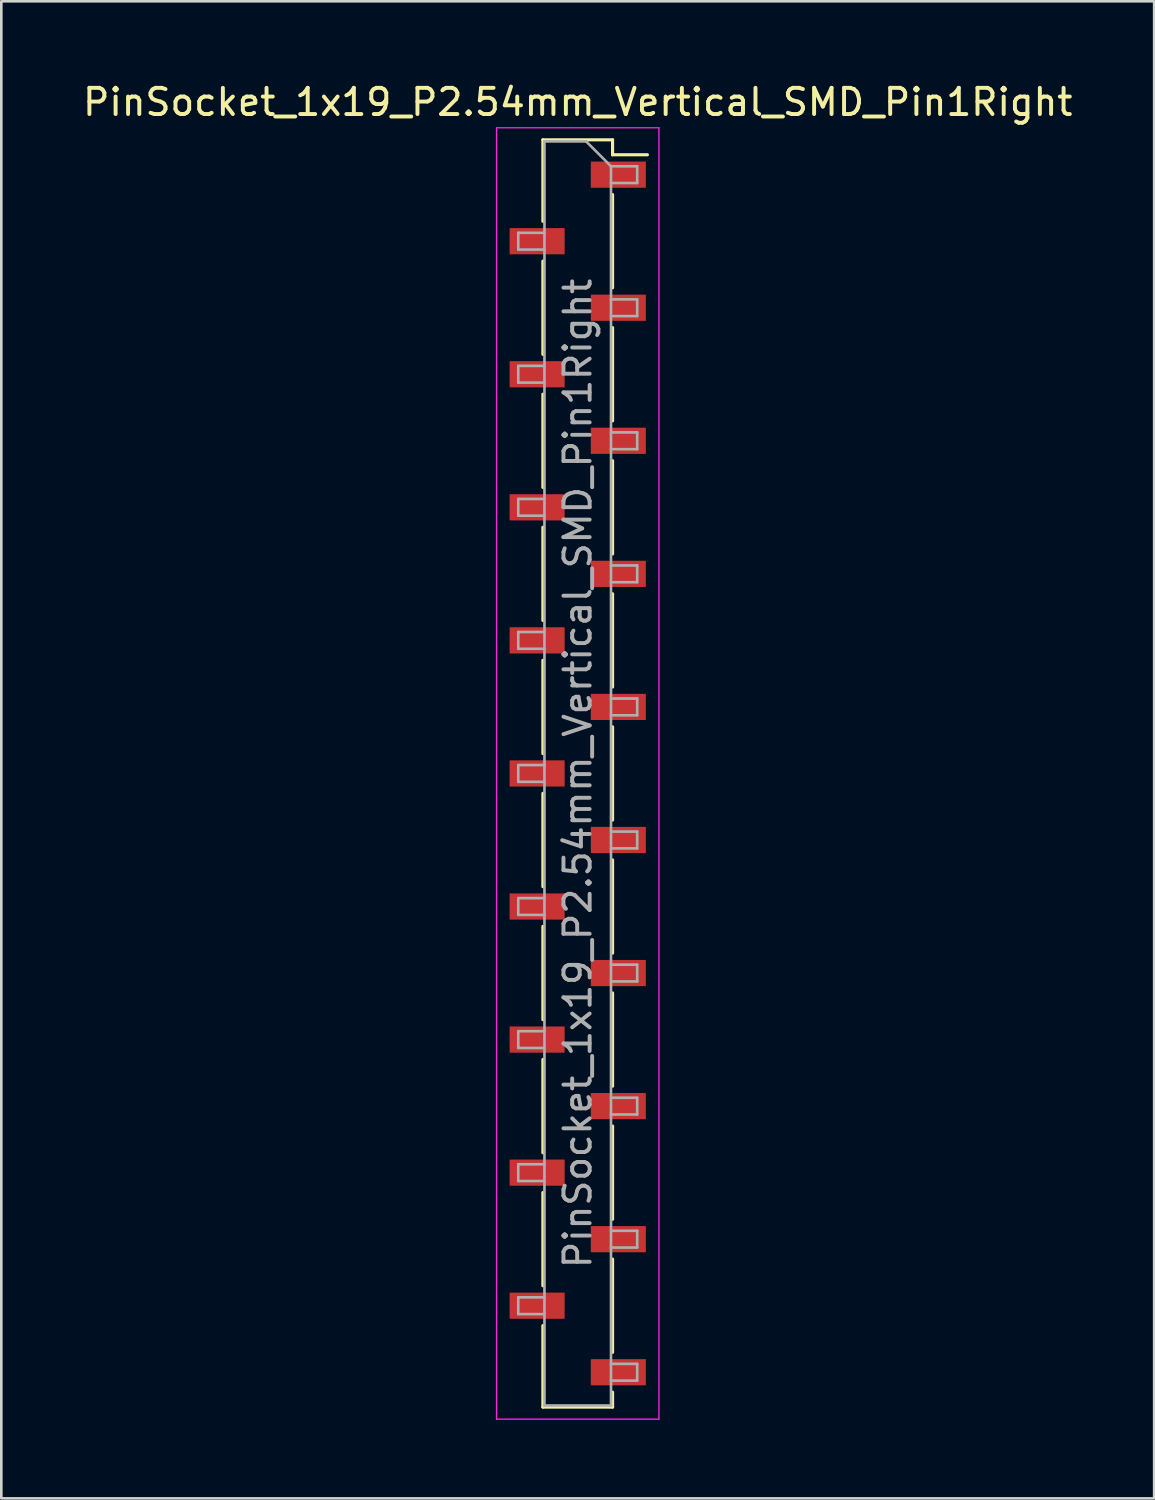
<source format=kicad_pcb>
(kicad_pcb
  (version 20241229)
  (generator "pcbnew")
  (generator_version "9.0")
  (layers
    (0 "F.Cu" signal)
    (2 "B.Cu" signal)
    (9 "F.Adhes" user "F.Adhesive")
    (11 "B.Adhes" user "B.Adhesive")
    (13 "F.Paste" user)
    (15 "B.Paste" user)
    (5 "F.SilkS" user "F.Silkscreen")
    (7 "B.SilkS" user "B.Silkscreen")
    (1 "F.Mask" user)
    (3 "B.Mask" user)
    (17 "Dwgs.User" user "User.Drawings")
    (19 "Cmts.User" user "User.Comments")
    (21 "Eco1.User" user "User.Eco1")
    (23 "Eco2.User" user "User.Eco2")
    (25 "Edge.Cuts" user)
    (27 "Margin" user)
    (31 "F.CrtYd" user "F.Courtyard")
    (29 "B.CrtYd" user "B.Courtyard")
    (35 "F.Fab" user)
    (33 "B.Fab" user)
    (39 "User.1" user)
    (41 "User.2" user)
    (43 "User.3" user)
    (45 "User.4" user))
  (footprint "PinSocket_1x19_P2.54mm_Vertical_SMD_Pin1Right"
    (layer "F.Cu")
    (at 19.006 26.478)
    (property "Reference" "PinSocket_1x19_P2.54mm_Vertical_SMD_Pin1Right" (at 0 -25.63 0) (layer "F.SilkS") (effects (font (size 1 1) (thickness 0.15))))
    (attr smd)
    (fp_line (start -1.33 -24.19) (end -1.33 -21.08) (stroke (width 0.12) (type solid)) (layer "F.SilkS"))
    (fp_line (start -1.33 -24.19) (end 1.33 -24.19) (stroke (width 0.12) (type solid)) (layer "F.SilkS"))
    (fp_line (start -1.33 -19.56) (end -1.33 -16) (stroke (width 0.12) (type solid)) (layer "F.SilkS"))
    (fp_line (start -1.33 -14.48) (end -1.33 -10.92) (stroke (width 0.12) (type solid)) (layer "F.SilkS"))
    (fp_line (start -1.33 -9.4) (end -1.33 -5.84) (stroke (width 0.12) (type solid)) (layer "F.SilkS"))
    (fp_line (start -1.33 -4.32) (end -1.33 -0.76) (stroke (width 0.12) (type solid)) (layer "F.SilkS"))
    (fp_line (start -1.33 0.76) (end -1.33 4.32) (stroke (width 0.12) (type solid)) (layer "F.SilkS"))
    (fp_line (start -1.33 5.84) (end -1.33 9.4) (stroke (width 0.12) (type solid)) (layer "F.SilkS"))
    (fp_line (start -1.33 10.92) (end -1.33 14.48) (stroke (width 0.12) (type solid)) (layer "F.SilkS"))
    (fp_line (start -1.33 16) (end -1.33 19.56) (stroke (width 0.12) (type solid)) (layer "F.SilkS"))
    (fp_line (start -1.33 21.08) (end -1.33 24.19) (stroke (width 0.12) (type solid)) (layer "F.SilkS"))
    (fp_line (start 1.33 -24.19) (end 1.33 -23.62) (stroke (width 0.12) (type solid)) (layer "F.SilkS"))
    (fp_line (start 1.33 -23.62) (end 2.66 -23.62) (stroke (width 0.12) (type solid)) (layer "F.SilkS"))
    (fp_line (start 1.33 -22.1) (end 1.33 -18.54) (stroke (width 0.12) (type solid)) (layer "F.SilkS"))
    (fp_line (start 1.33 -17.02) (end 1.33 -13.46) (stroke (width 0.12) (type solid)) (layer "F.SilkS"))
    (fp_line (start 1.33 -11.94) (end 1.33 -8.38) (stroke (width 0.12) (type solid)) (layer "F.SilkS"))
    (fp_line (start 1.33 -6.86) (end 1.33 -3.3) (stroke (width 0.12) (type solid)) (layer "F.SilkS"))
    (fp_line (start 1.33 -1.78) (end 1.33 1.78) (stroke (width 0.12) (type solid)) (layer "F.SilkS"))
    (fp_line (start 1.33 3.3) (end 1.33 6.86) (stroke (width 0.12) (type solid)) (layer "F.SilkS"))
    (fp_line (start 1.33 8.38) (end 1.33 11.94) (stroke (width 0.12) (type solid)) (layer "F.SilkS"))
    (fp_line (start 1.33 13.46) (end 1.33 17.02) (stroke (width 0.12) (type solid)) (layer "F.SilkS"))
    (fp_line (start 1.33 18.54) (end 1.33 22.1) (stroke (width 0.12) (type solid)) (layer "F.SilkS"))
    (fp_line (start 1.33 23.62) (end 1.33 24.19) (stroke (width 0.12) (type solid)) (layer "F.SilkS"))
    (fp_line (start 1.33 24.19) (end -1.33 24.19) (stroke (width 0.12) (type solid)) (layer "F.SilkS"))
    (fp_line (start -3.1 -24.65) (end 3.1 -24.65) (stroke (width 0.05) (type solid)) (layer "F.CrtYd"))
    (fp_line (start -3.1 24.65) (end -3.1 -24.65) (stroke (width 0.05) (type solid)) (layer "F.CrtYd"))
    (fp_line (start 3.1 -24.65) (end 3.1 24.65) (stroke (width 0.05) (type solid)) (layer "F.CrtYd"))
    (fp_line (start 3.1 24.65) (end -3.1 24.65) (stroke (width 0.05) (type solid)) (layer "F.CrtYd"))
    (fp_line (start -2.27 -20.64) (end -1.27 -20.64) (stroke (width 0.1) (type solid)) (layer "F.Fab"))
    (fp_line (start -2.27 -20) (end -2.27 -20.64) (stroke (width 0.1) (type solid)) (layer "F.Fab"))
    (fp_line (start -2.27 -15.56) (end -1.27 -15.56) (stroke (width 0.1) (type solid)) (layer "F.Fab"))
    (fp_line (start -2.27 -14.92) (end -2.27 -15.56) (stroke (width 0.1) (type solid)) (layer "F.Fab"))
    (fp_line (start -2.27 -10.48) (end -1.27 -10.48) (stroke (width 0.1) (type solid)) (layer "F.Fab"))
    (fp_line (start -2.27 -9.84) (end -2.27 -10.48) (stroke (width 0.1) (type solid)) (layer "F.Fab"))
    (fp_line (start -2.27 -5.4) (end -1.27 -5.4) (stroke (width 0.1) (type solid)) (layer "F.Fab"))
    (fp_line (start -2.27 -4.76) (end -2.27 -5.4) (stroke (width 0.1) (type solid)) (layer "F.Fab"))
    (fp_line (start -2.27 -0.32) (end -1.27 -0.32) (stroke (width 0.1) (type solid)) (layer "F.Fab"))
    (fp_line (start -2.27 0.32) (end -2.27 -0.32) (stroke (width 0.1) (type solid)) (layer "F.Fab"))
    (fp_line (start -2.27 4.76) (end -1.27 4.76) (stroke (width 0.1) (type solid)) (layer "F.Fab"))
    (fp_line (start -2.27 5.4) (end -2.27 4.76) (stroke (width 0.1) (type solid)) (layer "F.Fab"))
    (fp_line (start -2.27 9.84) (end -1.27 9.84) (stroke (width 0.1) (type solid)) (layer "F.Fab"))
    (fp_line (start -2.27 10.48) (end -2.27 9.84) (stroke (width 0.1) (type solid)) (layer "F.Fab"))
    (fp_line (start -2.27 14.92) (end -1.27 14.92) (stroke (width 0.1) (type solid)) (layer "F.Fab"))
    (fp_line (start -2.27 15.56) (end -2.27 14.92) (stroke (width 0.1) (type solid)) (layer "F.Fab"))
    (fp_line (start -2.27 20) (end -1.27 20) (stroke (width 0.1) (type solid)) (layer "F.Fab"))
    (fp_line (start -2.27 20.64) (end -2.27 20) (stroke (width 0.1) (type solid)) (layer "F.Fab"))
    (fp_line (start -1.27 -24.13) (end 0.32 -24.13) (stroke (width 0.1) (type solid)) (layer "F.Fab"))
    (fp_line (start -1.27 -20) (end -2.27 -20) (stroke (width 0.1) (type solid)) (layer "F.Fab"))
    (fp_line (start -1.27 -14.92) (end -2.27 -14.92) (stroke (width 0.1) (type solid)) (layer "F.Fab"))
    (fp_line (start -1.27 -9.84) (end -2.27 -9.84) (stroke (width 0.1) (type solid)) (layer "F.Fab"))
    (fp_line (start -1.27 -4.76) (end -2.27 -4.76) (stroke (width 0.1) (type solid)) (layer "F.Fab"))
    (fp_line (start -1.27 0.32) (end -2.27 0.32) (stroke (width 0.1) (type solid)) (layer "F.Fab"))
    (fp_line (start -1.27 5.4) (end -2.27 5.4) (stroke (width 0.1) (type solid)) (layer "F.Fab"))
    (fp_line (start -1.27 10.48) (end -2.27 10.48) (stroke (width 0.1) (type solid)) (layer "F.Fab"))
    (fp_line (start -1.27 15.56) (end -2.27 15.56) (stroke (width 0.1) (type solid)) (layer "F.Fab"))
    (fp_line (start -1.27 20.64) (end -2.27 20.64) (stroke (width 0.1) (type solid)) (layer "F.Fab"))
    (fp_line (start -1.27 24.13) (end -1.27 -24.13) (stroke (width 0.1) (type solid)) (layer "F.Fab"))
    (fp_line (start 0.32 -24.13) (end 1.27 -23.18) (stroke (width 0.1) (type solid)) (layer "F.Fab"))
    (fp_line (start 1.27 -23.18) (end 1.27 24.13) (stroke (width 0.1) (type solid)) (layer "F.Fab"))
    (fp_line (start 1.27 -23.18) (end 2.27 -23.18) (stroke (width 0.1) (type solid)) (layer "F.Fab"))
    (fp_line (start 1.27 -18.1) (end 2.27 -18.1) (stroke (width 0.1) (type solid)) (layer "F.Fab"))
    (fp_line (start 1.27 -13.02) (end 2.27 -13.02) (stroke (width 0.1) (type solid)) (layer "F.Fab"))
    (fp_line (start 1.27 -7.94) (end 2.27 -7.94) (stroke (width 0.1) (type solid)) (layer "F.Fab"))
    (fp_line (start 1.27 -2.86) (end 2.27 -2.86) (stroke (width 0.1) (type solid)) (layer "F.Fab"))
    (fp_line (start 1.27 2.22) (end 2.27 2.22) (stroke (width 0.1) (type solid)) (layer "F.Fab"))
    (fp_line (start 1.27 7.3) (end 2.27 7.3) (stroke (width 0.1) (type solid)) (layer "F.Fab"))
    (fp_line (start 1.27 12.38) (end 2.27 12.38) (stroke (width 0.1) (type solid)) (layer "F.Fab"))
    (fp_line (start 1.27 17.46) (end 2.27 17.46) (stroke (width 0.1) (type solid)) (layer "F.Fab"))
    (fp_line (start 1.27 22.54) (end 2.27 22.54) (stroke (width 0.1) (type solid)) (layer "F.Fab"))
    (fp_line (start 1.27 24.13) (end -1.27 24.13) (stroke (width 0.1) (type solid)) (layer "F.Fab"))
    (fp_line (start 2.27 -23.18) (end 2.27 -22.54) (stroke (width 0.1) (type solid)) (layer "F.Fab"))
    (fp_line (start 2.27 -22.54) (end 1.27 -22.54) (stroke (width 0.1) (type solid)) (layer "F.Fab"))
    (fp_line (start 2.27 -18.1) (end 2.27 -17.46) (stroke (width 0.1) (type solid)) (layer "F.Fab"))
    (fp_line (start 2.27 -17.46) (end 1.27 -17.46) (stroke (width 0.1) (type solid)) (layer "F.Fab"))
    (fp_line (start 2.27 -13.02) (end 2.27 -12.38) (stroke (width 0.1) (type solid)) (layer "F.Fab"))
    (fp_line (start 2.27 -12.38) (end 1.27 -12.38) (stroke (width 0.1) (type solid)) (layer "F.Fab"))
    (fp_line (start 2.27 -7.94) (end 2.27 -7.3) (stroke (width 0.1) (type solid)) (layer "F.Fab"))
    (fp_line (start 2.27 -7.3) (end 1.27 -7.3) (stroke (width 0.1) (type solid)) (layer "F.Fab"))
    (fp_line (start 2.27 -2.86) (end 2.27 -2.22) (stroke (width 0.1) (type solid)) (layer "F.Fab"))
    (fp_line (start 2.27 -2.22) (end 1.27 -2.22) (stroke (width 0.1) (type solid)) (layer "F.Fab"))
    (fp_line (start 2.27 2.22) (end 2.27 2.86) (stroke (width 0.1) (type solid)) (layer "F.Fab"))
    (fp_line (start 2.27 2.86) (end 1.27 2.86) (stroke (width 0.1) (type solid)) (layer "F.Fab"))
    (fp_line (start 2.27 7.3) (end 2.27 7.94) (stroke (width 0.1) (type solid)) (layer "F.Fab"))
    (fp_line (start 2.27 7.94) (end 1.27 7.94) (stroke (width 0.1) (type solid)) (layer "F.Fab"))
    (fp_line (start 2.27 12.38) (end 2.27 13.02) (stroke (width 0.1) (type solid)) (layer "F.Fab"))
    (fp_line (start 2.27 13.02) (end 1.27 13.02) (stroke (width 0.1) (type solid)) (layer "F.Fab"))
    (fp_line (start 2.27 17.46) (end 2.27 18.1) (stroke (width 0.1) (type solid)) (layer "F.Fab"))
    (fp_line (start 2.27 18.1) (end 1.27 18.1) (stroke (width 0.1) (type solid)) (layer "F.Fab"))
    (fp_line (start 2.27 22.54) (end 2.27 23.18) (stroke (width 0.1) (type solid)) (layer "F.Fab"))
    (fp_line (start 2.27 23.18) (end 1.27 23.18) (stroke (width 0.1) (type solid)) (layer "F.Fab"))
    (fp_text user "${REFERENCE}" (at 0 0 90) (layer "F.Fab") (effects (font (size 1 1) (thickness 0.15))))
    (pad "1" smd rect (at 1.55 -22.86) (size 2.1 1) (layers "F.Cu" "F.Mask" "F.Paste"))
    (pad "2" smd rect (at -1.55 -20.32) (size 2.1 1) (layers "F.Cu" "F.Mask" "F.Paste"))
    (pad "3" smd rect (at 1.55 -17.78) (size 2.1 1) (layers "F.Cu" "F.Mask" "F.Paste"))
    (pad "4" smd rect (at -1.55 -15.24) (size 2.1 1) (layers "F.Cu" "F.Mask" "F.Paste"))
    (pad "5" smd rect (at 1.55 -12.7) (size 2.1 1) (layers "F.Cu" "F.Mask" "F.Paste"))
    (pad "6" smd rect (at -1.55 -10.16) (size 2.1 1) (layers "F.Cu" "F.Mask" "F.Paste"))
    (pad "7" smd rect (at 1.55 -7.62) (size 2.1 1) (layers "F.Cu" "F.Mask" "F.Paste"))
    (pad "8" smd rect (at -1.55 -5.08) (size 2.1 1) (layers "F.Cu" "F.Mask" "F.Paste"))
    (pad "9" smd rect (at 1.55 -2.54) (size 2.1 1) (layers "F.Cu" "F.Mask" "F.Paste"))
    (pad "10" smd rect (at -1.55 0) (size 2.1 1) (layers "F.Cu" "F.Mask" "F.Paste"))
    (pad "11" smd rect (at 1.55 2.54) (size 2.1 1) (layers "F.Cu" "F.Mask" "F.Paste"))
    (pad "12" smd rect (at -1.55 5.08) (size 2.1 1) (layers "F.Cu" "F.Mask" "F.Paste"))
    (pad "13" smd rect (at 1.55 7.62) (size 2.1 1) (layers "F.Cu" "F.Mask" "F.Paste"))
    (pad "14" smd rect (at -1.55 10.16) (size 2.1 1) (layers "F.Cu" "F.Mask" "F.Paste"))
    (pad "15" smd rect (at 1.55 12.7) (size 2.1 1) (layers "F.Cu" "F.Mask" "F.Paste"))
    (pad "16" smd rect (at -1.55 15.24) (size 2.1 1) (layers "F.Cu" "F.Mask" "F.Paste"))
    (pad "17" smd rect (at 1.55 17.78) (size 2.1 1) (layers "F.Cu" "F.Mask" "F.Paste"))
    (pad "18" smd rect (at -1.55 20.32) (size 2.1 1) (layers "F.Cu" "F.Mask" "F.Paste"))
    (pad "19" smd rect (at 1.55 22.86) (size 2.1 1) (layers "F.Cu" "F.Mask" "F.Paste")))
  (gr_rect
    (start -3 -3)
    (end 41.012 54.153)
    (stroke (width 0.1) (type default))
    (fill no)
    (layer "Edge.Cuts")))
</source>
